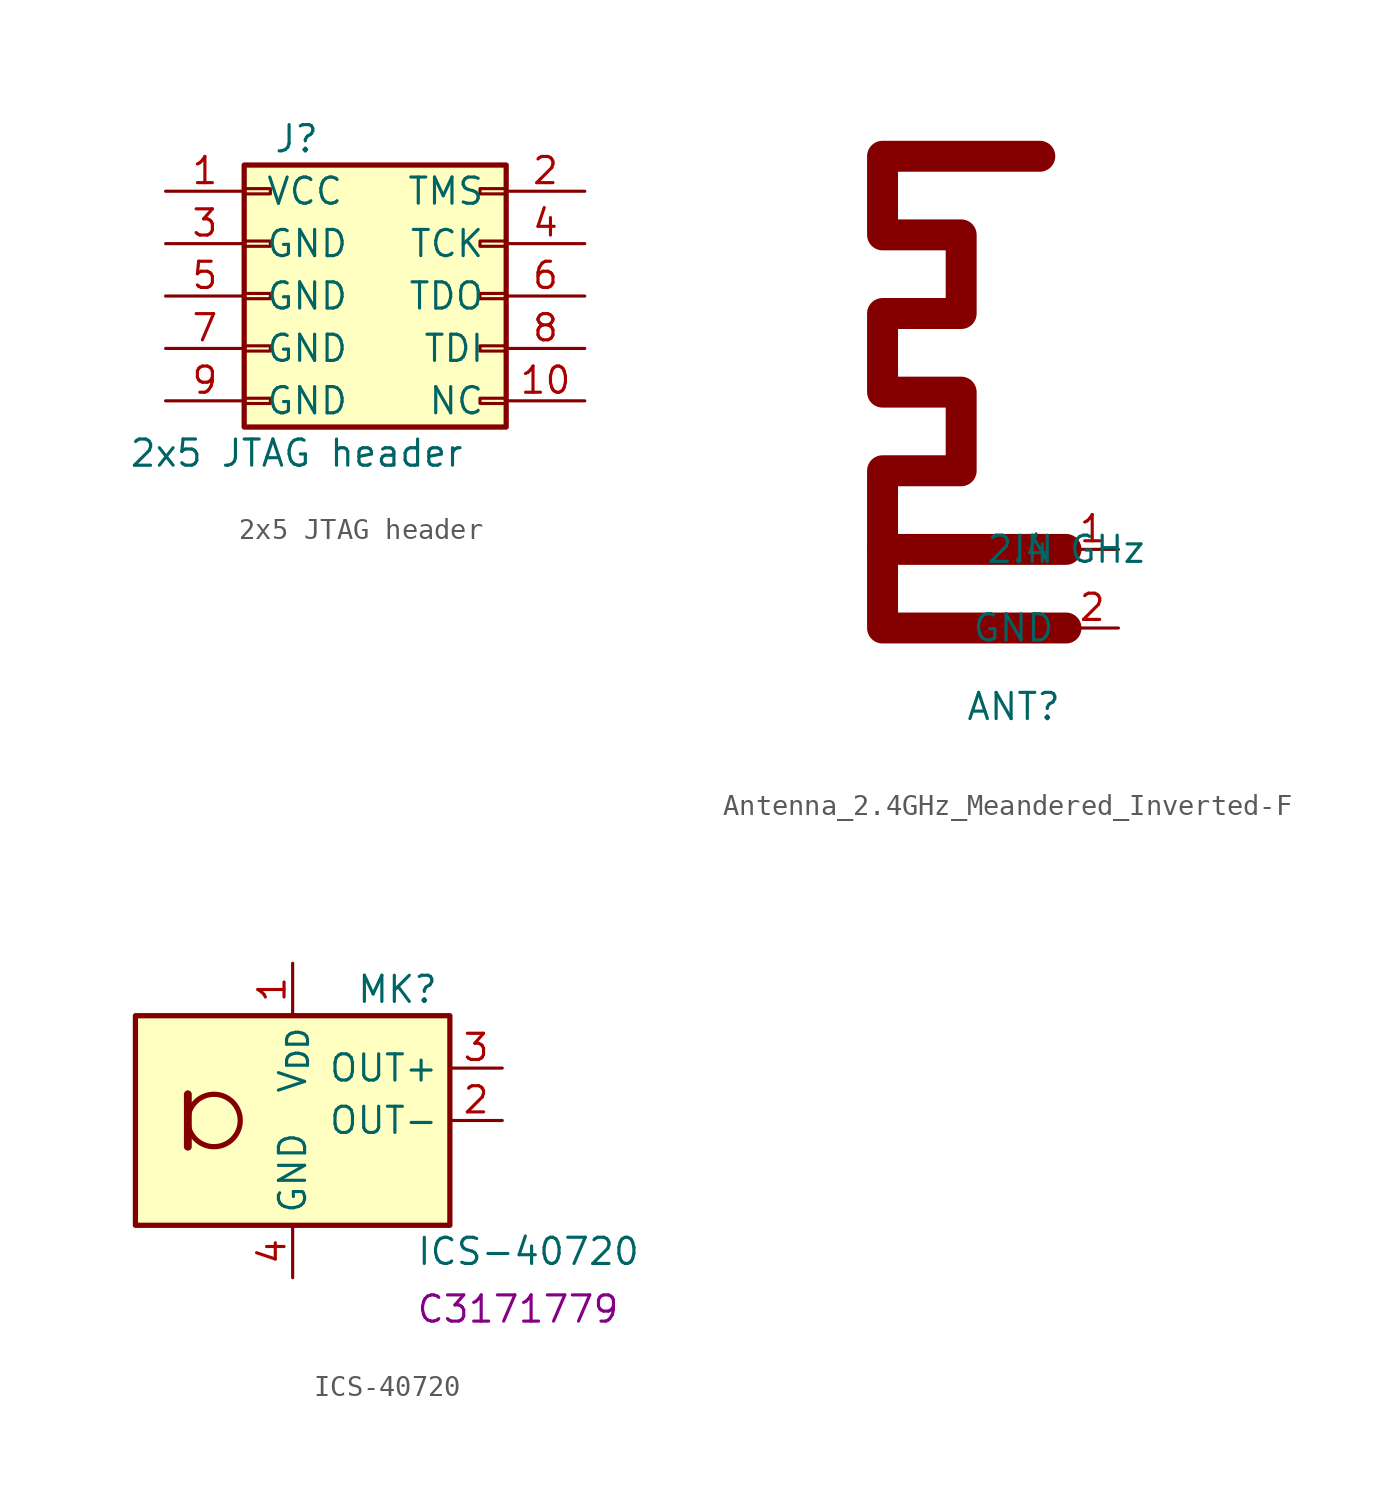
<source format=kicad_sym>
(kicad_symbol_lib
  (version 20231120)
  (generator "kicad_symbol_editor")
  (generator_version "8.0")
  (symbol "2x5 JTAG header"
    (pin_names
      (offset 1.016))
    (property "Reference" "J"
      (at 1.27 7.62 0)
      (effects (font (size 1.27 1.27))))
    (property "Value" "2x5 JTAG header"
      (at 1.27 -7.62 0)
      (effects (font (size 1.27 1.27))))
    (symbol "2x5 JTAG header_1_1"
      (rectangle (start -1.27 -4.953) (end 0 -5.207) (stroke (width 0.152) (type default)) (fill (type none)))
      (rectangle (start -1.27 -2.413) (end 0 -2.667) (stroke (width 0.152) (type default)) (fill (type none)))
      (rectangle (start -1.27 0.127) (end 0 -0.127) (stroke (width 0.152) (type default)) (fill (type none)))
      (rectangle (start -1.27 2.667) (end 0 2.413) (stroke (width 0.152) (type default)) (fill (type none)))
      (rectangle (start -1.27 5.207) (end 0 4.953) (stroke (width 0.152) (type default)) (fill (type none)))
      (rectangle (start -1.27 6.35) (end 11.43 -6.35) (stroke (width 0.254) (type default)) (fill (type background)))
      (rectangle (start 11.43 -4.953) (end 10.16 -5.207) (stroke (width 0.152) (type default)) (fill (type none)))
      (rectangle (start 11.43 -2.413) (end 10.16 -2.667) (stroke (width 0.152) (type default)) (fill (type none)))
      (rectangle (start 11.43 0.127) (end 10.16 -0.127) (stroke (width 0.152) (type default)) (fill (type none)))
      (rectangle (start 11.43 2.667) (end 10.16 2.413) (stroke (width 0.152) (type default)) (fill (type none)))
      (rectangle (start 11.43 5.207) (end 10.16 4.953) (stroke (width 0.152) (type default)) (fill (type none)))
      (pin power_in line (at -5.08 5.08 0) (length 3.81) (name "VCC" (effects (font (size 1.27 1.27)))) (number "1" (effects (font (size 1.27 1.27)))))
      (pin free line (at 15.24 -5.08 180) (length 3.81) (name "NC" (effects (font (size 1.27 1.27)))) (number "10" (effects (font (size 1.27 1.27)))))
      (pin input line (at 15.24 5.08 180) (length 3.81) (name "TMS" (effects (font (size 1.27 1.27)))) (number "2" (effects (font (size 1.27 1.27)))))
      (pin power_in line (at -5.08 2.54 0) (length 3.81) (name "GND" (effects (font (size 1.27 1.27)))) (number "3" (effects (font (size 1.27 1.27)))))
      (pin input line (at 15.24 2.54 180) (length 3.81) (name "TCK" (effects (font (size 1.27 1.27)))) (number "4" (effects (font (size 1.27 1.27)))))
      (pin power_in line (at -5.08 0 0) (length 3.81) (name "GND" (effects (font (size 1.27 1.27)))) (number "5" (effects (font (size 1.27 1.27)))))
      (pin output line (at 15.24 0 180) (length 3.81) (name "TDO" (effects (font (size 1.27 1.27)))) (number "6" (effects (font (size 1.27 1.27)))))
      (pin power_in line (at -5.08 -2.54 0) (length 3.81) (name "GND" (effects (font (size 1.27 1.27)))) (number "7" (effects (font (size 1.27 1.27)))))
      (pin input line (at 15.24 -2.54 180) (length 3.81) (name "TDI" (effects (font (size 1.27 1.27)))) (number "8" (effects (font (size 1.27 1.27)))))
      (pin power_in line (at -5.08 -5.08 0) (length 3.81) (name "GND" (effects (font (size 1.27 1.27)))) (number "9" (effects (font (size 1.27 1.27)))))))
  (symbol "Antenna_2.4GHz_Meandered_Inverted-F"
    (property "Reference" "ANT"
      (at -2.54 -7.62 0)
      (effects (font (size 1.27 1.27))))
    (property "Value" "2.4 GHz"
      (at 0 0 0)
      (effects (font (size 1.27 1.27))))
    (symbol "Antenna_2.4GHz_Meandered_Inverted-F_1_1"
      (polyline (pts (xy 0 0) (xy -8.89 0)) (stroke (width 1.5) (type default)) (fill (type none)))
      (polyline (pts (xy -1.27 19.05) (xy -8.89 19.05) (xy -8.89 15.24) (xy -5.08 15.24) (xy -5.08 11.43) (xy -8.89 11.43) (xy -8.89 7.62) (xy -5.08 7.62) (xy -5.08 3.81) (xy -8.89 3.81) (xy -8.89 -3.81) (xy 0 -3.81)) (stroke (width 1.5) (type default)) (fill (type none)))
      (pin input line (at 2.54 0 180) (length 2.54) (name "IN" (effects (font (size 1.27 1.27)))) (number "1" (effects (font (size 1.27 1.27)))))
      (pin input line (at 2.54 -3.81 180) (length 2.54) (name "GND" (effects (font (size 1.27 1.27)))) (number "2" (effects (font (size 1.27 1.27)))))))
  (symbol "ICS-40720"
    (property "Reference" "MK"
      (at 5.08 6.35 0)
      (effects (font (size 1.27 1.27))))
    (property "Value" "ICS-40720"
      (at 11.43 -6.35 0)
      (effects (font (size 1.27 1.27))))
    (property "Supplier Part Number" "C3171779"
      (at 10.922 -9.144 0)
      (effects (font (size 1.27 1.27))))
    (symbol "ICS-40720_1_1"
      (rectangle (start -7.62 5.08) (end 7.62 -5.08) (stroke (width 0.254) (type default)) (fill (type background)))
      (circle (center -3.81 0) (radius 1.27) (stroke (width 0.254) (type default)) (fill (type none)))
      (polyline (pts (xy -5.08 1.27) (xy -5.08 -1.27)) (stroke (width 0.381) (type default)) (fill (type none)))
      (pin power_in line (at 0 7.62 270) (length 2.54) (name "V_{DD}" (effects (font (size 1.27 1.27)))) (number "1" (effects (font (size 1.27 1.27)))))
      (pin output line (at 10.16 0 180) (length 2.54) (name "OUT-" (effects (font (size 1.27 1.27)))) (number "2" (effects (font (size 1.27 1.27)))))
      (pin output line (at 10.16 2.54 180) (length 2.54) (name "OUT+" (effects (font (size 1.27 1.27)))) (number "3" (effects (font (size 1.27 1.27)))))
      (pin power_in line (at 0 -7.62 90) (length 2.54) (name "GND" (effects (font (size 1.27 1.27)))) (number "4" (effects (font (size 1.27 1.27))))))))
</source>
